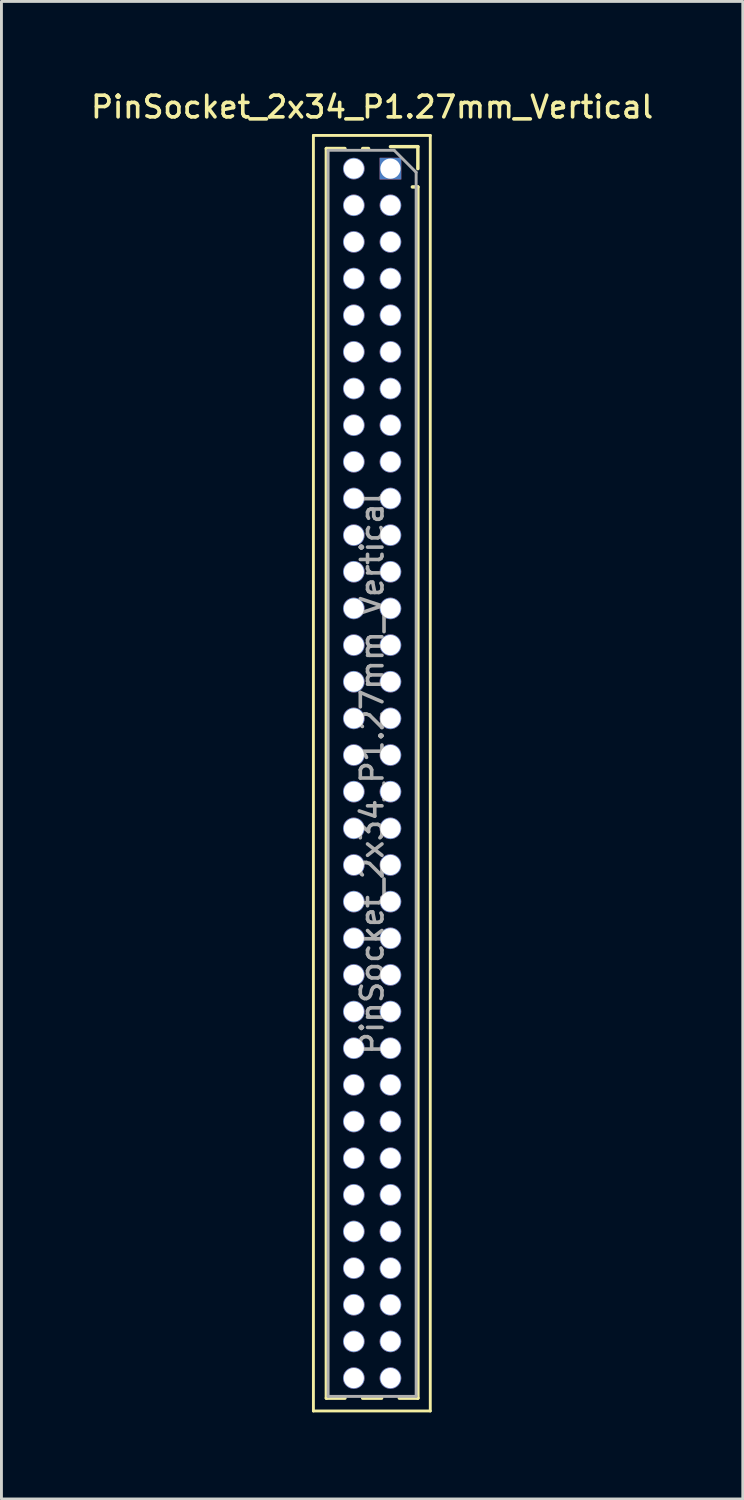
<source format=kicad_pcb>
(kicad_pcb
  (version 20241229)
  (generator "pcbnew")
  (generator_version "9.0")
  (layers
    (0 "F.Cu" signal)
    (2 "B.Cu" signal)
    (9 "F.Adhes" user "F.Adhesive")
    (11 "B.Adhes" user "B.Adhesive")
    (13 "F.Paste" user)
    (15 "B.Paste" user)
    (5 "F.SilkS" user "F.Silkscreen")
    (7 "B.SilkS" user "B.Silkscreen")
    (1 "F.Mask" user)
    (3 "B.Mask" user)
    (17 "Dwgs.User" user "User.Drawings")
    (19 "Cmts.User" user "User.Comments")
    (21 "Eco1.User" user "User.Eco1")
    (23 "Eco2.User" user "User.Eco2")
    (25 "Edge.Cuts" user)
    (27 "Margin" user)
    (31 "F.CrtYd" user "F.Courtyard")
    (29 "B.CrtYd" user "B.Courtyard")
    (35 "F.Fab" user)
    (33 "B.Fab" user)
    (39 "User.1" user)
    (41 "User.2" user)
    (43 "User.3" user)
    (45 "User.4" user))
  (footprint "PinSocket_2x34_P1.27mm_Vertical"
    (layer "F.Cu")
    (at 10.48 2.793)
    (property "Reference" "PinSocket_2x34_P1.27mm_Vertical" (at -0.635 -2.135 0) (layer "F.SilkS") (effects (font (size 0.75 0.75) (thickness 0.125))))
    (attr through_hole)
    (fp_line (start -2.67 -1.15) (end 1.38 -1.15) (stroke (width 0.1) (type solid)) (layer "F.SilkS"))
    (fp_line (start -2.67 43.05) (end -2.67 -1.15) (stroke (width 0.1) (type solid)) (layer "F.SilkS"))
    (fp_line (start -2.22 -0.695) (end -2.22 42.605) (stroke (width 0.12) (type solid)) (layer "F.SilkS"))
    (fp_line (start -2.22 -0.695) (end -1.578 -0.695) (stroke (width 0.12) (type solid)) (layer "F.SilkS"))
    (fp_line (start -2.22 42.605) (end -1.578 42.605) (stroke (width 0.12) (type solid)) (layer "F.SilkS"))
    (fp_line (start -0.962 -0.695) (end -0.76 -0.695) (stroke (width 0.12) (type solid)) (layer "F.SilkS"))
    (fp_line (start -0.962 42.605) (end -0.308 42.605) (stroke (width 0.12) (type solid)) (layer "F.SilkS"))
    (fp_line (start 0 -0.76) (end 0.95 -0.76) (stroke (width 0.12) (type solid)) (layer "F.SilkS"))
    (fp_line (start 0.308 42.605) (end 0.95 42.605) (stroke (width 0.12) (type solid)) (layer "F.SilkS"))
    (fp_line (start 0.76 0.635) (end 0.95 0.635) (stroke (width 0.12) (type solid)) (layer "F.SilkS"))
    (fp_line (start 0.95 -0.76) (end 0.95 0) (stroke (width 0.12) (type solid)) (layer "F.SilkS"))
    (fp_line (start 0.95 0.635) (end 0.95 42.605) (stroke (width 0.12) (type solid)) (layer "F.SilkS"))
    (fp_line (start 1.38 -1.15) (end 1.38 43.05) (stroke (width 0.1) (type solid)) (layer "F.SilkS"))
    (fp_line (start 1.38 43.05) (end -2.67 43.05) (stroke (width 0.1) (type solid)) (layer "F.SilkS"))
    (fp_line (start -2.16 -0.635) (end 0.128 -0.635) (stroke (width 0.1) (type solid)) (layer "F.Fab"))
    (fp_line (start -2.16 42.545) (end -2.16 -0.635) (stroke (width 0.1) (type solid)) (layer "F.Fab"))
    (fp_line (start 0.128 -0.635) (end 0.89 0.128) (stroke (width 0.1) (type solid)) (layer "F.Fab"))
    (fp_line (start 0.89 0.128) (end 0.89 42.545) (stroke (width 0.1) (type solid)) (layer "F.Fab"))
    (fp_line (start 0.89 42.545) (end -2.16 42.545) (stroke (width 0.1) (type solid)) (layer "F.Fab"))
    (fp_text user "${REFERENCE}" (at -0.635 20.955 90) (layer "F.Fab") (effects (font (size 0.75 0.75) (thickness 0.125))))
    (pad "1" thru_hole rect (at 0 0) (size 0.75 0.75) (drill 0.7) (layers "*.Cu" "*.Mask"))
    (pad "2" thru_hole oval (at -1.27 0) (size 0.75 0.75) (drill 0.7) (layers "*.Cu" "*.Mask"))
    (pad "3" thru_hole oval (at 0 1.27) (size 0.75 0.75) (drill 0.7) (layers "*.Cu" "*.Mask"))
    (pad "4" thru_hole oval (at -1.27 1.27) (size 0.75 0.75) (drill 0.7) (layers "*.Cu" "*.Mask"))
    (pad "5" thru_hole oval (at 0 2.54) (size 0.75 0.75) (drill 0.7) (layers "*.Cu" "*.Mask"))
    (pad "6" thru_hole oval (at -1.27 2.54) (size 0.75 0.75) (drill 0.7) (layers "*.Cu" "*.Mask"))
    (pad "7" thru_hole oval (at 0 3.81) (size 0.75 0.75) (drill 0.7) (layers "*.Cu" "*.Mask"))
    (pad "8" thru_hole oval (at -1.27 3.81) (size 0.75 0.75) (drill 0.7) (layers "*.Cu" "*.Mask"))
    (pad "9" thru_hole oval (at 0 5.08) (size 0.75 0.75) (drill 0.7) (layers "*.Cu" "*.Mask"))
    (pad "10" thru_hole oval (at -1.27 5.08) (size 0.75 0.75) (drill 0.7) (layers "*.Cu" "*.Mask"))
    (pad "11" thru_hole oval (at 0 6.35) (size 0.75 0.75) (drill 0.7) (layers "*.Cu" "*.Mask"))
    (pad "12" thru_hole oval (at -1.27 6.35) (size 0.75 0.75) (drill 0.7) (layers "*.Cu" "*.Mask"))
    (pad "13" thru_hole oval (at 0 7.62) (size 0.75 0.75) (drill 0.7) (layers "*.Cu" "*.Mask"))
    (pad "14" thru_hole oval (at -1.27 7.62) (size 0.75 0.75) (drill 0.7) (layers "*.Cu" "*.Mask"))
    (pad "15" thru_hole oval (at 0 8.89) (size 0.75 0.75) (drill 0.7) (layers "*.Cu" "*.Mask"))
    (pad "16" thru_hole oval (at -1.27 8.89) (size 0.75 0.75) (drill 0.7) (layers "*.Cu" "*.Mask"))
    (pad "17" thru_hole oval (at 0 10.16) (size 0.75 0.75) (drill 0.7) (layers "*.Cu" "*.Mask"))
    (pad "18" thru_hole oval (at -1.27 10.16) (size 0.75 0.75) (drill 0.7) (layers "*.Cu" "*.Mask"))
    (pad "19" thru_hole oval (at 0 11.43) (size 0.75 0.75) (drill 0.7) (layers "*.Cu" "*.Mask"))
    (pad "20" thru_hole oval (at -1.27 11.43) (size 0.75 0.75) (drill 0.7) (layers "*.Cu" "*.Mask"))
    (pad "21" thru_hole oval (at 0 12.7) (size 0.75 0.75) (drill 0.7) (layers "*.Cu" "*.Mask"))
    (pad "22" thru_hole oval (at -1.27 12.7) (size 0.75 0.75) (drill 0.7) (layers "*.Cu" "*.Mask"))
    (pad "23" thru_hole oval (at 0 13.97) (size 0.75 0.75) (drill 0.7) (layers "*.Cu" "*.Mask"))
    (pad "24" thru_hole oval (at -1.27 13.97) (size 0.75 0.75) (drill 0.7) (layers "*.Cu" "*.Mask"))
    (pad "25" thru_hole oval (at 0 15.24) (size 0.75 0.75) (drill 0.7) (layers "*.Cu" "*.Mask"))
    (pad "26" thru_hole oval (at -1.27 15.24) (size 0.75 0.75) (drill 0.7) (layers "*.Cu" "*.Mask"))
    (pad "27" thru_hole oval (at 0 16.51) (size 0.75 0.75) (drill 0.7) (layers "*.Cu" "*.Mask"))
    (pad "28" thru_hole oval (at -1.27 16.51) (size 0.75 0.75) (drill 0.7) (layers "*.Cu" "*.Mask"))
    (pad "29" thru_hole oval (at 0 17.78) (size 0.75 0.75) (drill 0.7) (layers "*.Cu" "*.Mask"))
    (pad "30" thru_hole oval (at -1.27 17.78) (size 0.75 0.75) (drill 0.7) (layers "*.Cu" "*.Mask"))
    (pad "31" thru_hole oval (at 0 19.05) (size 0.75 0.75) (drill 0.7) (layers "*.Cu" "*.Mask"))
    (pad "32" thru_hole oval (at -1.27 19.05) (size 0.75 0.75) (drill 0.7) (layers "*.Cu" "*.Mask"))
    (pad "33" thru_hole oval (at 0 20.32) (size 0.75 0.75) (drill 0.7) (layers "*.Cu" "*.Mask"))
    (pad "34" thru_hole oval (at -1.27 20.32) (size 0.75 0.75) (drill 0.7) (layers "*.Cu" "*.Mask"))
    (pad "35" thru_hole oval (at 0 21.59) (size 0.75 0.75) (drill 0.7) (layers "*.Cu" "*.Mask"))
    (pad "36" thru_hole oval (at -1.27 21.59) (size 0.75 0.75) (drill 0.7) (layers "*.Cu" "*.Mask"))
    (pad "37" thru_hole oval (at 0 22.86) (size 0.75 0.75) (drill 0.7) (layers "*.Cu" "*.Mask"))
    (pad "38" thru_hole oval (at -1.27 22.86) (size 0.75 0.75) (drill 0.7) (layers "*.Cu" "*.Mask"))
    (pad "39" thru_hole oval (at 0 24.13) (size 0.75 0.75) (drill 0.7) (layers "*.Cu" "*.Mask"))
    (pad "40" thru_hole oval (at -1.27 24.13) (size 0.75 0.75) (drill 0.7) (layers "*.Cu" "*.Mask"))
    (pad "41" thru_hole oval (at 0 25.4) (size 0.75 0.75) (drill 0.7) (layers "*.Cu" "*.Mask"))
    (pad "42" thru_hole oval (at -1.27 25.4) (size 0.75 0.75) (drill 0.7) (layers "*.Cu" "*.Mask"))
    (pad "43" thru_hole oval (at 0 26.67) (size 0.75 0.75) (drill 0.7) (layers "*.Cu" "*.Mask"))
    (pad "44" thru_hole oval (at -1.27 26.67) (size 0.75 0.75) (drill 0.7) (layers "*.Cu" "*.Mask"))
    (pad "45" thru_hole oval (at 0 27.94) (size 0.75 0.75) (drill 0.7) (layers "*.Cu" "*.Mask"))
    (pad "46" thru_hole oval (at -1.27 27.94) (size 0.75 0.75) (drill 0.7) (layers "*.Cu" "*.Mask"))
    (pad "47" thru_hole oval (at 0 29.21) (size 0.75 0.75) (drill 0.7) (layers "*.Cu" "*.Mask"))
    (pad "48" thru_hole oval (at -1.27 29.21) (size 0.75 0.75) (drill 0.7) (layers "*.Cu" "*.Mask"))
    (pad "49" thru_hole oval (at 0 30.48) (size 0.75 0.75) (drill 0.7) (layers "*.Cu" "*.Mask"))
    (pad "50" thru_hole oval (at -1.27 30.48) (size 0.75 0.75) (drill 0.7) (layers "*.Cu" "*.Mask"))
    (pad "51" thru_hole oval (at 0 31.75) (size 0.75 0.75) (drill 0.7) (layers "*.Cu" "*.Mask"))
    (pad "52" thru_hole oval (at -1.27 31.75) (size 0.75 0.75) (drill 0.7) (layers "*.Cu" "*.Mask"))
    (pad "53" thru_hole oval (at 0 33.02) (size 0.75 0.75) (drill 0.7) (layers "*.Cu" "*.Mask"))
    (pad "54" thru_hole oval (at -1.27 33.02) (size 0.75 0.75) (drill 0.7) (layers "*.Cu" "*.Mask"))
    (pad "55" thru_hole oval (at 0 34.29) (size 0.75 0.75) (drill 0.7) (layers "*.Cu" "*.Mask"))
    (pad "56" thru_hole oval (at -1.27 34.29) (size 0.75 0.75) (drill 0.7) (layers "*.Cu" "*.Mask"))
    (pad "57" thru_hole oval (at 0 35.56) (size 0.75 0.75) (drill 0.7) (layers "*.Cu" "*.Mask"))
    (pad "58" thru_hole oval (at -1.27 35.56) (size 0.75 0.75) (drill 0.7) (layers "*.Cu" "*.Mask"))
    (pad "59" thru_hole oval (at 0 36.83) (size 0.75 0.75) (drill 0.7) (layers "*.Cu" "*.Mask"))
    (pad "60" thru_hole oval (at -1.27 36.83) (size 0.75 0.75) (drill 0.7) (layers "*.Cu" "*.Mask"))
    (pad "61" thru_hole oval (at 0 38.1) (size 0.75 0.75) (drill 0.7) (layers "*.Cu" "*.Mask"))
    (pad "62" thru_hole oval (at -1.27 38.1) (size 0.75 0.75) (drill 0.7) (layers "*.Cu" "*.Mask"))
    (pad "63" thru_hole oval (at 0 39.37) (size 0.75 0.75) (drill 0.7) (layers "*.Cu" "*.Mask"))
    (pad "64" thru_hole oval (at -1.27 39.37) (size 0.75 0.75) (drill 0.7) (layers "*.Cu" "*.Mask"))
    (pad "65" thru_hole oval (at 0 40.64) (size 0.75 0.75) (drill 0.7) (layers "*.Cu" "*.Mask"))
    (pad "66" thru_hole oval (at -1.27 40.64) (size 0.75 0.75) (drill 0.7) (layers "*.Cu" "*.Mask"))
    (pad "67" thru_hole oval (at 0 41.91) (size 0.75 0.75) (drill 0.7) (layers "*.Cu" "*.Mask"))
    (pad "68" thru_hole oval (at -1.27 41.91) (size 0.75 0.75) (drill 0.7) (layers "*.Cu" "*.Mask")))
  (gr_rect
    (start -3 -3)
    (end 22.689 48.893)
    (stroke (width 0.1) (type default))
    (fill no)
    (layer "Edge.Cuts")))
</source>
